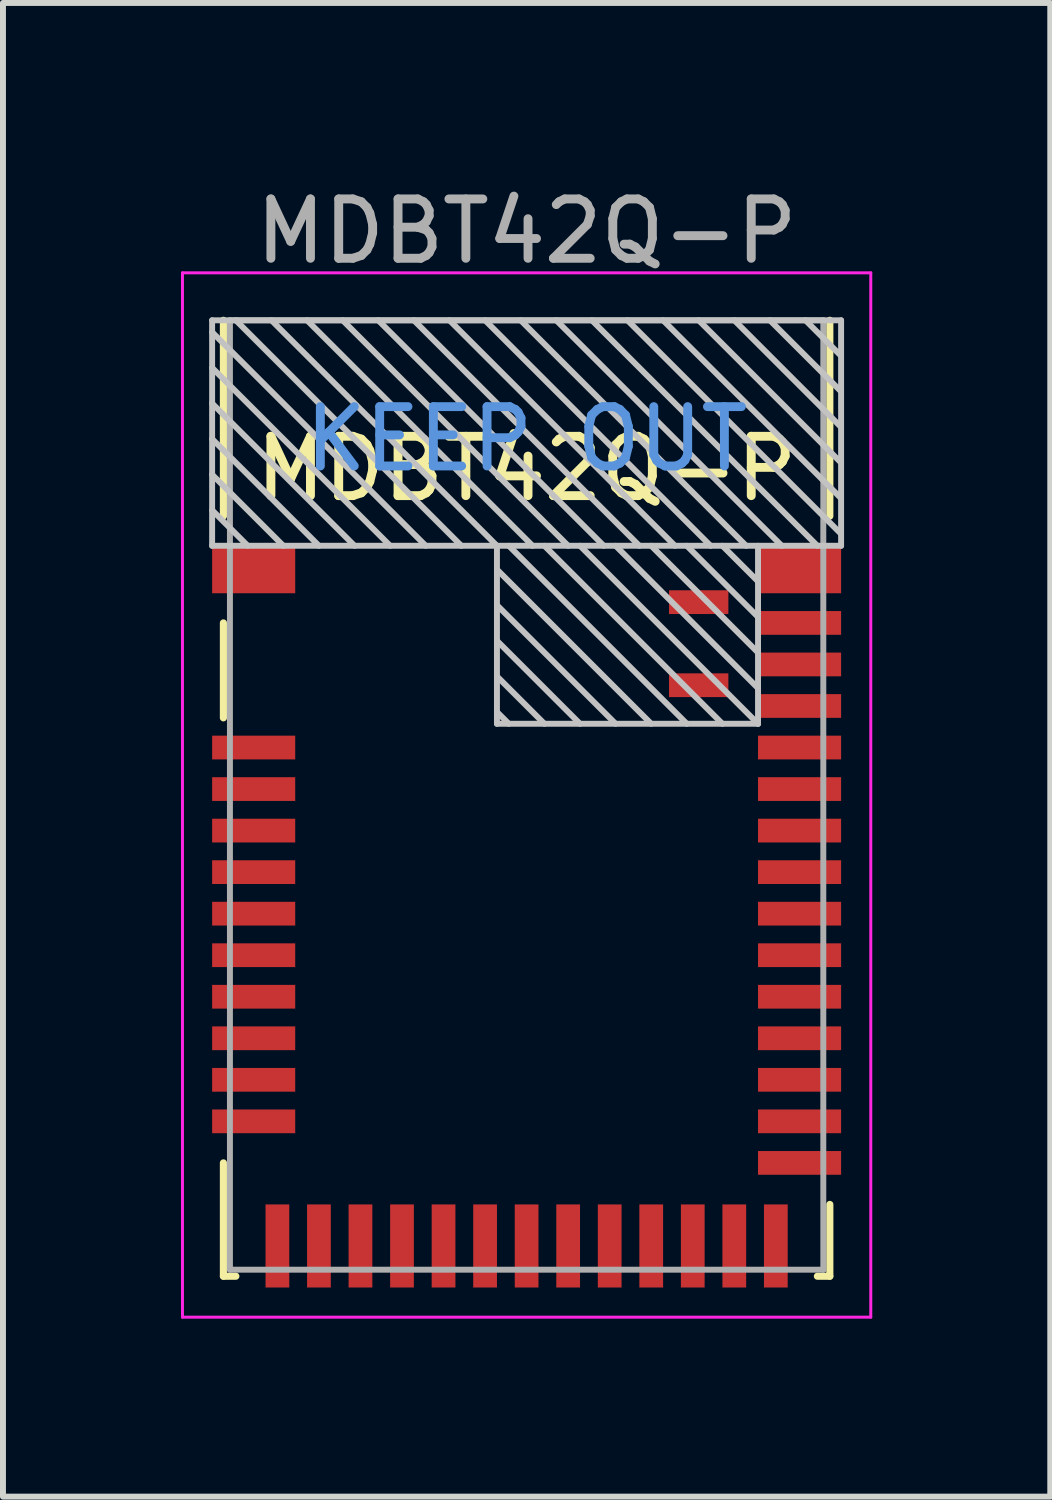
<source format=kicad_pcb>
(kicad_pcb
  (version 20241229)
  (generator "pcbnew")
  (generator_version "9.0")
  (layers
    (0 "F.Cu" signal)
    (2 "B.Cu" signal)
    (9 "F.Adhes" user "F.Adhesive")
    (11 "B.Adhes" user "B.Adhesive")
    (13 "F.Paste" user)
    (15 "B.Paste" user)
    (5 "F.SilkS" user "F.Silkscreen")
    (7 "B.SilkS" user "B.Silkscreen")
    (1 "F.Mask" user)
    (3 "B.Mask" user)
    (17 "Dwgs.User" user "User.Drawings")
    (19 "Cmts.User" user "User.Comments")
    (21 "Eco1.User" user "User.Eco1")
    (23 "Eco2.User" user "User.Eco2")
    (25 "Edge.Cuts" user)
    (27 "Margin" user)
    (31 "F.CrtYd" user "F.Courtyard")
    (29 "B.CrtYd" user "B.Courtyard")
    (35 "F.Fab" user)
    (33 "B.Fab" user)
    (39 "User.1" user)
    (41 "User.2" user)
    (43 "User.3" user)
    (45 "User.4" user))
  (footprint "MDBT42Q-P"
    (layer "F.Cu")
    (at 5.825 10.348)
    (property "Reference" "MDBT42Q-P" (at 0 -5.5 0) (layer "F.SilkS") (effects (font (size 1 1) (thickness 0.15))))
    (attr smd)
    (fp_line (start -5.11 -4.7) (end -5.11 -8) (stroke (width 0.12) (type solid)) (layer "F.SilkS"))
    (fp_line (start -5.11 -1.3) (end -5.11 -2.9) (stroke (width 0.12) (type solid)) (layer "F.SilkS"))
    (fp_line (start -5.11 8.11) (end -5.11 6.2) (stroke (width 0.12) (type solid)) (layer "F.SilkS"))
    (fp_line (start -5.11 8.11) (end -4.9 8.11) (stroke (width 0.12) (type solid)) (layer "F.SilkS"))
    (fp_line (start 4.9 8.11) (end 5.11 8.11) (stroke (width 0.12) (type solid)) (layer "F.SilkS"))
    (fp_line (start 5.11 -4.7) (end 5.11 -8) (stroke (width 0.12) (type solid)) (layer "F.SilkS"))
    (fp_line (start 5.11 8.11) (end 5.11 6.9) (stroke (width 0.12) (type solid)) (layer "F.SilkS"))
    (fp_line (start -5.3 -8) (end 5.3 -8) (stroke (width 0.1) (type solid)) (layer "Dwgs.User"))
    (fp_line (start -5.3 -7.8) (end -1.7 -4.2) (stroke (width 0.1) (type solid)) (layer "Dwgs.User"))
    (fp_line (start -5.3 -7.2) (end -2.3 -4.2) (stroke (width 0.1) (type solid)) (layer "Dwgs.User"))
    (fp_line (start -5.3 -6.6) (end -2.9 -4.2) (stroke (width 0.1) (type solid)) (layer "Dwgs.User"))
    (fp_line (start -5.3 -6) (end -3.5 -4.2) (stroke (width 0.1) (type solid)) (layer "Dwgs.User"))
    (fp_line (start -5.3 -5.4) (end -4.1 -4.2) (stroke (width 0.1) (type solid)) (layer "Dwgs.User"))
    (fp_line (start -5.3 -4.8) (end -4.7 -4.2) (stroke (width 0.1) (type solid)) (layer "Dwgs.User"))
    (fp_line (start -5.3 -4.2) (end -5.3 -8) (stroke (width 0.1) (type solid)) (layer "Dwgs.User"))
    (fp_line (start -5.3 -4.2) (end 5.3 -4.2) (stroke (width 0.1) (type solid)) (layer "Dwgs.User"))
    (fp_line (start -4.9 -8) (end -1.1 -4.2) (stroke (width 0.1) (type solid)) (layer "Dwgs.User"))
    (fp_line (start -4.3 -8) (end -0.5 -4.2) (stroke (width 0.1) (type solid)) (layer "Dwgs.User"))
    (fp_line (start -3.7 -8) (end 0.1 -4.2) (stroke (width 0.1) (type solid)) (layer "Dwgs.User"))
    (fp_line (start -3.1 -8) (end 0.7 -4.2) (stroke (width 0.1) (type solid)) (layer "Dwgs.User"))
    (fp_line (start -2.5 -8) (end 1.3 -4.2) (stroke (width 0.1) (type solid)) (layer "Dwgs.User"))
    (fp_line (start -1.9 -8) (end 1.9 -4.2) (stroke (width 0.1) (type solid)) (layer "Dwgs.User"))
    (fp_line (start -1.3 -8) (end 2.5 -4.2) (stroke (width 0.1) (type solid)) (layer "Dwgs.User"))
    (fp_line (start -0.7 -8) (end 3.1 -4.2) (stroke (width 0.1) (type solid)) (layer "Dwgs.User"))
    (fp_line (start -0.5 -4.2) (end -0.5 -1.2) (stroke (width 0.1) (type solid)) (layer "Dwgs.User"))
    (fp_line (start -0.5 -3.8) (end 2.1 -1.2) (stroke (width 0.1) (type solid)) (layer "Dwgs.User"))
    (fp_line (start -0.5 -3.2) (end 1.5 -1.2) (stroke (width 0.1) (type solid)) (layer "Dwgs.User"))
    (fp_line (start -0.5 -2.6) (end 0.9 -1.2) (stroke (width 0.1) (type solid)) (layer "Dwgs.User"))
    (fp_line (start -0.5 -2) (end 0.3 -1.2) (stroke (width 0.1) (type solid)) (layer "Dwgs.User"))
    (fp_line (start -0.5 -1.4) (end -0.3 -1.2) (stroke (width 0.1) (type solid)) (layer "Dwgs.User"))
    (fp_line (start -0.3 -4.2) (end 2.7 -1.2) (stroke (width 0.1) (type solid)) (layer "Dwgs.User"))
    (fp_line (start -0.1 -8) (end 3.7 -4.2) (stroke (width 0.1) (type solid)) (layer "Dwgs.User"))
    (fp_line (start 0.3 -4.2) (end 3.3 -1.2) (stroke (width 0.1) (type solid)) (layer "Dwgs.User"))
    (fp_line (start 0.5 -8) (end 4.3 -4.2) (stroke (width 0.1) (type solid)) (layer "Dwgs.User"))
    (fp_line (start 0.9 -4.2) (end 3.9 -1.2) (stroke (width 0.1) (type solid)) (layer "Dwgs.User"))
    (fp_line (start 1.1 -8) (end 4.9 -4.2) (stroke (width 0.1) (type solid)) (layer "Dwgs.User"))
    (fp_line (start 1.5 -4.2) (end 3.9 -1.8) (stroke (width 0.1) (type solid)) (layer "Dwgs.User"))
    (fp_line (start 1.7 -8) (end 5.3 -4.4) (stroke (width 0.1) (type solid)) (layer "Dwgs.User"))
    (fp_line (start 2.1 -4.2) (end 3.9 -2.4) (stroke (width 0.1) (type solid)) (layer "Dwgs.User"))
    (fp_line (start 2.3 -8) (end 5.3 -5) (stroke (width 0.1) (type solid)) (layer "Dwgs.User"))
    (fp_line (start 2.7 -4.2) (end 3.9 -3) (stroke (width 0.1) (type solid)) (layer "Dwgs.User"))
    (fp_line (start 2.9 -8) (end 5.3 -5.6) (stroke (width 0.1) (type solid)) (layer "Dwgs.User"))
    (fp_line (start 3.3 -4.2) (end 3.9 -3.6) (stroke (width 0.1) (type solid)) (layer "Dwgs.User"))
    (fp_line (start 3.5 -8) (end 5.3 -6.2) (stroke (width 0.1) (type solid)) (layer "Dwgs.User"))
    (fp_line (start 3.9 -4.2) (end 3.9 -1.2) (stroke (width 0.1) (type solid)) (layer "Dwgs.User"))
    (fp_line (start 3.9 -1.2) (end -0.5 -1.2) (stroke (width 0.1) (type solid)) (layer "Dwgs.User"))
    (fp_line (start 4.1 -8) (end 5.3 -6.8) (stroke (width 0.1) (type solid)) (layer "Dwgs.User"))
    (fp_line (start 4.7 -8) (end 5.3 -7.4) (stroke (width 0.1) (type solid)) (layer "Dwgs.User"))
    (fp_line (start 5.3 -4.2) (end 5.3 -8) (stroke (width 0.1) (type solid)) (layer "Dwgs.User"))
    (fp_line (start -5.8 -8.8) (end 5.8 -8.8) (stroke (width 0.05) (type solid)) (layer "F.CrtYd"))
    (fp_line (start -5.8 8.8) (end -5.8 -8.8) (stroke (width 0.05) (type solid)) (layer "F.CrtYd"))
    (fp_line (start 5.8 -8.8) (end 5.8 8.8) (stroke (width 0.05) (type solid)) (layer "F.CrtYd"))
    (fp_line (start 5.8 8.8) (end -5.8 8.8) (stroke (width 0.05) (type solid)) (layer "F.CrtYd"))
    (fp_line (start -5 8) (end -5 -8) (stroke (width 0.1) (type solid)) (layer "F.Fab"))
    (fp_line (start 5 -8) (end -5 -8) (stroke (width 0.1) (type solid)) (layer "F.Fab"))
    (fp_line (start 5 -8) (end 5 8) (stroke (width 0.1) (type solid)) (layer "F.Fab"))
    (fp_line (start 5 8) (end -5 8) (stroke (width 0.1) (type solid)) (layer "F.Fab"))
    (fp_text user "KEEP OUT" (at 0 -6 0) (layer "Cmts.User") (effects (font (size 1 1) (thickness 0.15))))
    (fp_text user "${REFERENCE}" (at 0 -9.5 0) (layer "F.Fab") (effects (font (size 1 1) (thickness 0.15))))
    (pad "1" smd rect (at -4.6 -3.8) (size 1.4 0.8) (layers "F.Cu" "F.Mask" "F.Paste"))
    (pad "2" smd rect (at -4.6 -0.8) (size 1.4 0.4) (layers "F.Cu" "F.Mask" "F.Paste"))
    (pad "3" smd rect (at -4.6 -0.1) (size 1.4 0.4) (layers "F.Cu" "F.Mask" "F.Paste"))
    (pad "4" smd rect (at -4.6 0.6) (size 1.4 0.4) (layers "F.Cu" "F.Mask" "F.Paste"))
    (pad "5" smd rect (at -4.6 1.3) (size 1.4 0.4) (layers "F.Cu" "F.Mask" "F.Paste"))
    (pad "6" smd rect (at -4.6 2) (size 1.4 0.4) (layers "F.Cu" "F.Mask" "F.Paste"))
    (pad "7" smd rect (at -4.6 2.7) (size 1.4 0.4) (layers "F.Cu" "F.Mask" "F.Paste"))
    (pad "8" smd rect (at -4.6 3.4) (size 1.4 0.4) (layers "F.Cu" "F.Mask" "F.Paste"))
    (pad "9" smd rect (at -4.6 4.1) (size 1.4 0.4) (layers "F.Cu" "F.Mask" "F.Paste"))
    (pad "10" smd rect (at -4.6 4.8) (size 1.4 0.4) (layers "F.Cu" "F.Mask" "F.Paste"))
    (pad "11" smd rect (at -4.6 5.5) (size 1.4 0.4) (layers "F.Cu" "F.Mask" "F.Paste"))
    (pad "12" smd rect (at -4.2 7.6) (size 0.4 1.4) (layers "F.Cu" "F.Mask" "F.Paste"))
    (pad "13" smd rect (at -3.5 7.6) (size 0.4 1.4) (layers "F.Cu" "F.Mask" "F.Paste"))
    (pad "14" smd rect (at -2.8 7.6) (size 0.4 1.4) (layers "F.Cu" "F.Mask" "F.Paste"))
    (pad "15" smd rect (at -2.1 7.6) (size 0.4 1.4) (layers "F.Cu" "F.Mask" "F.Paste"))
    (pad "16" smd rect (at -1.4 7.6) (size 0.4 1.4) (layers "F.Cu" "F.Mask" "F.Paste"))
    (pad "17" smd rect (at -0.7 7.6) (size 0.4 1.4) (layers "F.Cu" "F.Mask" "F.Paste"))
    (pad "18" smd rect (at 0 7.6) (size 0.4 1.4) (layers "F.Cu" "F.Mask" "F.Paste"))
    (pad "19" smd rect (at 0.7 7.6) (size 0.4 1.4) (layers "F.Cu" "F.Mask" "F.Paste"))
    (pad "20" smd rect (at 1.4 7.6) (size 0.4 1.4) (layers "F.Cu" "F.Mask" "F.Paste"))
    (pad "21" smd rect (at 2.1 7.6) (size 0.4 1.4) (layers "F.Cu" "F.Mask" "F.Paste"))
    (pad "22" smd rect (at 2.8 7.6) (size 0.4 1.4) (layers "F.Cu" "F.Mask" "F.Paste"))
    (pad "23" smd rect (at 3.5 7.6) (size 0.4 1.4) (layers "F.Cu" "F.Mask" "F.Paste"))
    (pad "24" smd rect (at 4.2 7.6) (size 0.4 1.4) (layers "F.Cu" "F.Mask" "F.Paste"))
    (pad "25" smd rect (at 4.6 6.2) (size 1.4 0.4) (layers "F.Cu" "F.Mask" "F.Paste"))
    (pad "26" smd rect (at 4.6 5.5) (size 1.4 0.4) (layers "F.Cu" "F.Mask" "F.Paste"))
    (pad "27" smd rect (at 4.6 4.8) (size 1.4 0.4) (layers "F.Cu" "F.Mask" "F.Paste"))
    (pad "28" smd rect (at 4.6 4.1) (size 1.4 0.4) (layers "F.Cu" "F.Mask" "F.Paste"))
    (pad "29" smd rect (at 4.6 3.4) (size 1.4 0.4) (layers "F.Cu" "F.Mask" "F.Paste"))
    (pad "30" smd rect (at 4.6 2.7) (size 1.4 0.4) (layers "F.Cu" "F.Mask" "F.Paste"))
    (pad "31" smd rect (at 4.6 2) (size 1.4 0.4) (layers "F.Cu" "F.Mask" "F.Paste"))
    (pad "32" smd rect (at 4.6 1.3) (size 1.4 0.4) (layers "F.Cu" "F.Mask" "F.Paste"))
    (pad "33" smd rect (at 4.6 0.6) (size 1.4 0.4) (layers "F.Cu" "F.Mask" "F.Paste"))
    (pad "34" smd rect (at 4.6 -0.1) (size 1.4 0.4) (layers "F.Cu" "F.Mask" "F.Paste"))
    (pad "35" smd rect (at 4.6 -0.8) (size 1.4 0.4) (layers "F.Cu" "F.Mask" "F.Paste"))
    (pad "36" smd rect (at 4.6 -1.5) (size 1.4 0.4) (layers "F.Cu" "F.Mask" "F.Paste"))
    (pad "37" smd rect (at 4.6 -2.2) (size 1.4 0.4) (layers "F.Cu" "F.Mask" "F.Paste"))
    (pad "38" smd rect (at 4.6 -2.9) (size 1.4 0.4) (layers "F.Cu" "F.Mask" "F.Paste"))
    (pad "39" smd rect (at 4.6 -3.8) (size 1.4 0.8) (layers "F.Cu" "F.Mask" "F.Paste"))
    (pad "40" smd rect (at 2.9 -3.25) (size 1 0.4) (layers "F.Cu" "F.Mask" "F.Paste"))
    (pad "41" smd rect (at 2.9 -1.85) (size 1 0.4) (layers "F.Cu" "F.Mask" "F.Paste")))
  (gr_rect
    (start -3 -3)
    (end 14.65 22.173)
    (stroke (width 0.1) (type default))
    (fill no)
    (layer "Edge.Cuts")))
</source>
